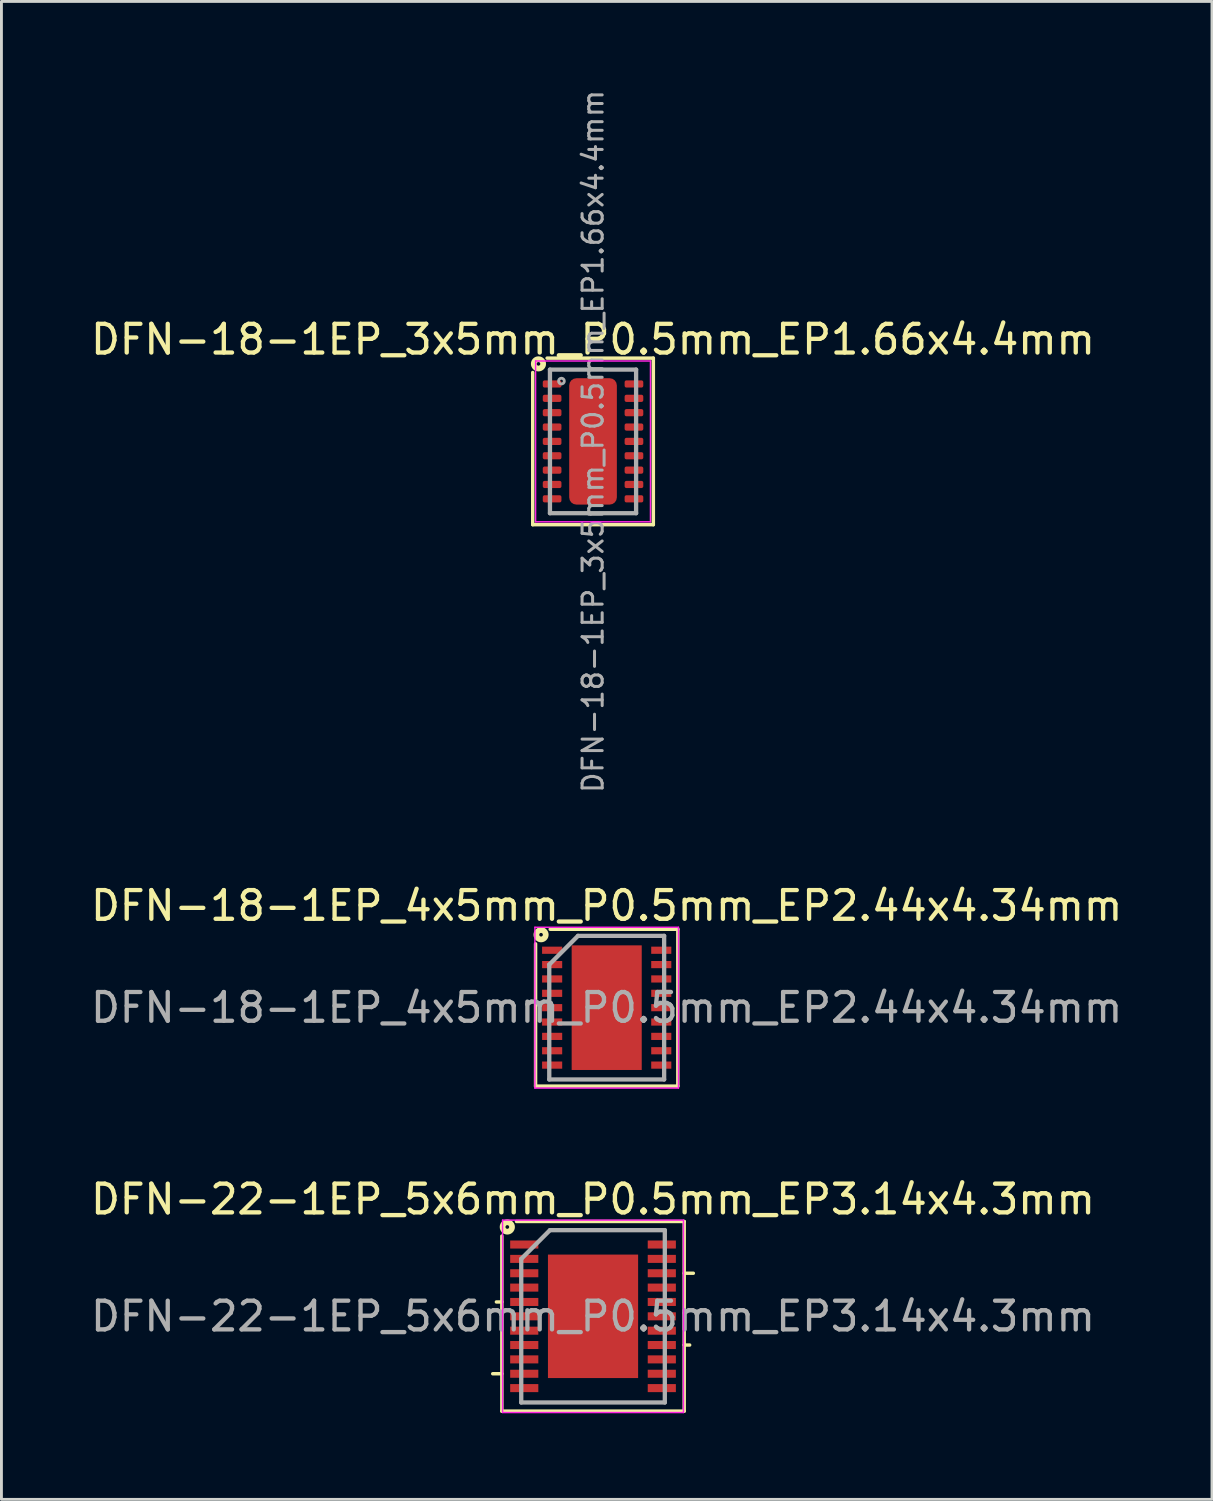
<source format=kicad_pcb>
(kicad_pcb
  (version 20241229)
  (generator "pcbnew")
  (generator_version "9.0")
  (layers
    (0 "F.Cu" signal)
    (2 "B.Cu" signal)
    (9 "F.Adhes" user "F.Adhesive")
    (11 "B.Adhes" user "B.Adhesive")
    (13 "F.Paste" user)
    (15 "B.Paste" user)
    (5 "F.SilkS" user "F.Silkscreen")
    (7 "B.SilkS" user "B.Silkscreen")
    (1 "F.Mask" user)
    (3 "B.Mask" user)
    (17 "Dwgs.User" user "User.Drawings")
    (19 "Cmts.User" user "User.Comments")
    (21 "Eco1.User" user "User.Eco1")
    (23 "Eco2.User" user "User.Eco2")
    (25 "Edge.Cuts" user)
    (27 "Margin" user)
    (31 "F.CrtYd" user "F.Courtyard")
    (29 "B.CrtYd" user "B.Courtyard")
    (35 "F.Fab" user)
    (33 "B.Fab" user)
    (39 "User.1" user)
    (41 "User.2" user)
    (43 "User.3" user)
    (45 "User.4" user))
  (footprint "DFN-18-1EP_4x5mm_P0.5mm_EP2.44x4.34mm"
    (layer "F.Cu")
    (at 18.077 32.04)
    (property "Reference" "DFN-18-1EP_4x5mm_P0.5mm_EP2.44x4.34mm" (at 0 -3.55 0) (layer "F.SilkS") (effects (font (size 1 1) (thickness 0.15))))
    (attr smd)
    (fp_line (start -2.477 2.731) (end -2.477 -2.223) (stroke (width 0.12) (type solid)) (layer "F.SilkS"))
    (fp_line (start -1.968 -2.731) (end 2.477 -2.731) (stroke (width 0.12) (type solid)) (layer "F.SilkS"))
    (fp_line (start 2.477 -2.731) (end 2.477 2.731) (stroke (width 0.12) (type solid)) (layer "F.SilkS"))
    (fp_line (start 2.477 2.731) (end -2.477 2.731) (stroke (width 0.12) (type solid)) (layer "F.SilkS"))
    (fp_circle (center -2.286 -2.54) (end -2.223 -2.54) (stroke (width 0.2) (type solid)) (fill no) (layer "F.SilkS"))
    (fp_line (start -2.5 -2.8) (end -2.5 2.8) (stroke (width 0.05) (type solid)) (layer "F.CrtYd"))
    (fp_line (start -2.5 -2.8) (end 2.5 -2.8) (stroke (width 0.05) (type solid)) (layer "F.CrtYd"))
    (fp_line (start -2.5 2.8) (end 2.5 2.8) (stroke (width 0.05) (type solid)) (layer "F.CrtYd"))
    (fp_line (start 2.5 -2.8) (end 2.5 2.8) (stroke (width 0.05) (type solid)) (layer "F.CrtYd"))
    (fp_line (start -2 -1.5) (end -1 -2.5) (stroke (width 0.15) (type solid)) (layer "F.Fab"))
    (fp_line (start -2 2.5) (end -2 -1.5) (stroke (width 0.15) (type solid)) (layer "F.Fab"))
    (fp_line (start -1 -2.5) (end 2 -2.5) (stroke (width 0.15) (type solid)) (layer "F.Fab"))
    (fp_line (start 2 -2.5) (end 2 2.5) (stroke (width 0.15) (type solid)) (layer "F.Fab"))
    (fp_line (start 2 2.5) (end -2 2.5) (stroke (width 0.15) (type solid)) (layer "F.Fab"))
    (fp_text user "${REFERENCE}" (at 0 0 0) (layer "F.Fab") (effects (font (size 1 1) (thickness 0.15))))
    (pad "" smd rect (at -0.61 -1.627) (size 1 0.86) (layers "F.Paste"))
    (pad "" smd rect (at -0.61 -0.542) (size 1 0.86) (layers "F.Paste"))
    (pad "" smd rect (at -0.61 0.542) (size 1 0.86) (layers "F.Paste"))
    (pad "" smd rect (at -0.61 1.627) (size 1 0.86) (layers "F.Paste"))
    (pad "" smd rect (at 0.61 -1.627) (size 1 0.86) (layers "F.Paste"))
    (pad "" smd rect (at 0.61 -0.542) (size 1 0.86) (layers "F.Paste"))
    (pad "" smd rect (at 0.61 0.542) (size 1 0.86) (layers "F.Paste"))
    (pad "" smd rect (at 0.61 1.627) (size 1 0.86) (layers "F.Paste"))
    (pad "1" smd rect (at -1.9 -2) (size 0.7 0.25) (layers "F.Cu" "F.Mask" "F.Paste"))
    (pad "2" smd rect (at -1.9 -1.5) (size 0.7 0.25) (layers "F.Cu" "F.Mask" "F.Paste"))
    (pad "3" smd rect (at -1.9 -1) (size 0.7 0.25) (layers "F.Cu" "F.Mask" "F.Paste"))
    (pad "4" smd rect (at -1.9 -0.5) (size 0.7 0.25) (layers "F.Cu" "F.Mask" "F.Paste"))
    (pad "5" smd rect (at -1.9 0) (size 0.7 0.25) (layers "F.Cu" "F.Mask" "F.Paste"))
    (pad "6" smd rect (at -1.9 0.5) (size 0.7 0.25) (layers "F.Cu" "F.Mask" "F.Paste"))
    (pad "7" smd rect (at -1.9 1) (size 0.7 0.25) (layers "F.Cu" "F.Mask" "F.Paste"))
    (pad "8" smd rect (at -1.9 1.5) (size 0.7 0.25) (layers "F.Cu" "F.Mask" "F.Paste"))
    (pad "9" smd rect (at -1.9 2) (size 0.7 0.25) (layers "F.Cu" "F.Mask" "F.Paste"))
    (pad "10" smd rect (at 1.9 2) (size 0.7 0.25) (layers "F.Cu" "F.Mask" "F.Paste"))
    (pad "11" smd rect (at 1.9 1.5) (size 0.7 0.25) (layers "F.Cu" "F.Mask" "F.Paste"))
    (pad "12" smd rect (at 1.9 1) (size 0.7 0.25) (layers "F.Cu" "F.Mask" "F.Paste"))
    (pad "13" smd rect (at 1.9 0.5) (size 0.7 0.25) (layers "F.Cu" "F.Mask" "F.Paste"))
    (pad "14" smd rect (at 1.9 0) (size 0.7 0.25) (layers "F.Cu" "F.Mask" "F.Paste"))
    (pad "15" smd rect (at 1.9 -0.5) (size 0.7 0.25) (layers "F.Cu" "F.Mask" "F.Paste"))
    (pad "16" smd rect (at 1.9 -1) (size 0.7 0.25) (layers "F.Cu" "F.Mask" "F.Paste"))
    (pad "17" smd rect (at 1.9 -1.5) (size 0.7 0.25) (layers "F.Cu" "F.Mask" "F.Paste"))
    (pad "18" smd rect (at 1.9 -2) (size 0.7 0.25) (layers "F.Cu" "F.Mask" "F.Paste"))
    (pad "19" smd rect (at 0 0) (size 2.44 4.34) (layers "F.Cu" "F.Mask")))
  (footprint "DFN-18-1EP_3x5mm_P0.5mm_EP1.66x4.4mm"
    (layer "F.Cu")
    (at 17.601 12.321)
    (property "Reference" "DFN-18-1EP_3x5mm_P0.5mm_EP1.66x4.4mm" (at 0 -3.55 0) (layer "F.SilkS") (effects (font (size 1 1) (thickness 0.15))))
    (attr smd)
    (fp_line (start -2.1 2.9) (end -2.1 -2.4) (stroke (width 0.12) (type solid)) (layer "F.SilkS"))
    (fp_line (start -1.6 -2.9) (end 2.1 -2.9) (stroke (width 0.12) (type solid)) (layer "F.SilkS"))
    (fp_line (start 2.1 -2.9) (end 2.1 2.9) (stroke (width 0.12) (type solid)) (layer "F.SilkS"))
    (fp_line (start 2.1 2.9) (end -2.1 2.9) (stroke (width 0.12) (type solid)) (layer "F.SilkS"))
    (fp_circle (center -1.9 -2.7) (end -1.837 -2.7) (stroke (width 0.2) (type solid)) (fill no) (layer "F.SilkS"))
    (fp_line (start -2 -2.8) (end -2 2.8) (stroke (width 0.05) (type solid)) (layer "F.CrtYd"))
    (fp_line (start -2 -2.8) (end 2 -2.8) (stroke (width 0.05) (type solid)) (layer "F.CrtYd"))
    (fp_line (start -2 2.8) (end 2 2.8) (stroke (width 0.05) (type solid)) (layer "F.CrtYd"))
    (fp_line (start 2 -2.8) (end 2 2.8) (stroke (width 0.05) (type solid)) (layer "F.CrtYd"))
    (fp_line (start -1.5 -2.5) (end 1.5 -2.5) (stroke (width 0.15) (type solid)) (layer "F.Fab"))
    (fp_line (start -1.5 2.5) (end -1.5 -2.5) (stroke (width 0.15) (type solid)) (layer "F.Fab"))
    (fp_line (start 1.5 -2.5) (end 1.5 2.5) (stroke (width 0.15) (type solid)) (layer "F.Fab"))
    (fp_line (start 1.5 2.5) (end -1.5 2.5) (stroke (width 0.15) (type solid)) (layer "F.Fab"))
    (fp_circle (center -1.1 -2.1) (end -1 -2.1) (stroke (width 0.1) (type solid)) (fill no) (layer "F.Fab"))
    (fp_text user "${REFERENCE}" (at 0 0 90) (layer "F.Fab") (effects (font (size 0.7 0.7) (thickness 0.105))))
    (pad "" smd roundrect (at -0.415 -1.76) (size 0.67 0.71) (layers "F.Paste") (roundrect_rratio 0.25))
    (pad "" smd roundrect (at -0.415 -0.88) (size 0.67 0.71) (layers "F.Paste") (roundrect_rratio 0.25))
    (pad "" smd roundrect (at -0.415 0) (size 0.67 0.71) (layers "F.Paste") (roundrect_rratio 0.25))
    (pad "" smd roundrect (at -0.415 0.88) (size 0.67 0.71) (layers "F.Paste") (roundrect_rratio 0.25))
    (pad "" smd roundrect (at -0.415 1.76) (size 0.67 0.71) (layers "F.Paste") (roundrect_rratio 0.25))
    (pad "" smd roundrect (at 0.415 -1.76) (size 0.67 0.71) (layers "F.Paste") (roundrect_rratio 0.25))
    (pad "" smd roundrect (at 0.415 -0.88) (size 0.67 0.71) (layers "F.Paste") (roundrect_rratio 0.25))
    (pad "" smd roundrect (at 0.415 0) (size 0.67 0.71) (layers "F.Paste") (roundrect_rratio 0.25))
    (pad "" smd roundrect (at 0.415 0.88) (size 0.67 0.71) (layers "F.Paste") (roundrect_rratio 0.25))
    (pad "" smd roundrect (at 0.415 1.76) (size 0.67 0.71) (layers "F.Paste") (roundrect_rratio 0.25))
    (pad "1" smd roundrect (at -1.425 -2) (size 0.65 0.25) (layers "F.Cu" "F.Mask" "F.Paste") (roundrect_rratio 0.25))
    (pad "2" smd roundrect (at -1.425 -1.5) (size 0.65 0.25) (layers "F.Cu" "F.Mask" "F.Paste") (roundrect_rratio 0.25))
    (pad "3" smd roundrect (at -1.425 -1) (size 0.65 0.25) (layers "F.Cu" "F.Mask" "F.Paste") (roundrect_rratio 0.25))
    (pad "4" smd roundrect (at -1.425 -0.5) (size 0.65 0.25) (layers "F.Cu" "F.Mask" "F.Paste") (roundrect_rratio 0.25))
    (pad "5" smd roundrect (at -1.425 0) (size 0.65 0.25) (layers "F.Cu" "F.Mask" "F.Paste") (roundrect_rratio 0.25))
    (pad "6" smd roundrect (at -1.425 0.5) (size 0.65 0.25) (layers "F.Cu" "F.Mask" "F.Paste") (roundrect_rratio 0.25))
    (pad "7" smd roundrect (at -1.425 1) (size 0.65 0.25) (layers "F.Cu" "F.Mask" "F.Paste") (roundrect_rratio 0.25))
    (pad "8" smd roundrect (at -1.425 1.5) (size 0.65 0.25) (layers "F.Cu" "F.Mask" "F.Paste") (roundrect_rratio 0.25))
    (pad "9" smd roundrect (at -1.425 2) (size 0.65 0.25) (layers "F.Cu" "F.Mask" "F.Paste") (roundrect_rratio 0.25))
    (pad "10" smd roundrect (at 1.425 2) (size 0.65 0.25) (layers "F.Cu" "F.Mask" "F.Paste") (roundrect_rratio 0.25))
    (pad "11" smd roundrect (at 1.425 1.5) (size 0.65 0.25) (layers "F.Cu" "F.Mask" "F.Paste") (roundrect_rratio 0.25))
    (pad "12" smd roundrect (at 1.425 1) (size 0.65 0.25) (layers "F.Cu" "F.Mask" "F.Paste") (roundrect_rratio 0.25))
    (pad "13" smd roundrect (at 1.425 0.5) (size 0.65 0.25) (layers "F.Cu" "F.Mask" "F.Paste") (roundrect_rratio 0.25))
    (pad "14" smd roundrect (at 1.425 0) (size 0.65 0.25) (layers "F.Cu" "F.Mask" "F.Paste") (roundrect_rratio 0.25))
    (pad "15" smd roundrect (at 1.425 -0.5) (size 0.65 0.25) (layers "F.Cu" "F.Mask" "F.Paste") (roundrect_rratio 0.25))
    (pad "16" smd roundrect (at 1.425 -1) (size 0.65 0.25) (layers "F.Cu" "F.Mask" "F.Paste") (roundrect_rratio 0.25))
    (pad "17" smd roundrect (at 1.425 -1.5) (size 0.65 0.25) (layers "F.Cu" "F.Mask" "F.Paste") (roundrect_rratio 0.25))
    (pad "18" smd roundrect (at 1.425 -2) (size 0.65 0.25) (layers "F.Cu" "F.Mask" "F.Paste") (roundrect_rratio 0.25))
    (pad "19" smd roundrect (at 0 0) (size 1.66 4.4) (layers "F.Cu" "F.Mask") (roundrect_rratio 0.151)))
  (footprint "DFN-22-1EP_5x6mm_P0.5mm_EP3.14x4.3mm"
    (layer "F.Cu")
    (at 17.601 42.788)
    (property "Reference" "DFN-22-1EP_5x6mm_P0.5mm_EP3.14x4.3mm" (at 0 -4.075 0) (layer "F.SilkS") (effects (font (size 1 1) (thickness 0.15))))
    (attr smd)
    (fp_line (start -3.175 -0.5) (end -3.365 -0.5) (stroke (width 0.12) (type solid)) (layer "F.SilkS"))
    (fp_line (start -3.175 2) (end -3.493 2) (stroke (width 0.12) (type solid)) (layer "F.SilkS"))
    (fp_line (start -3.175 3.302) (end -3.175 -2.794) (stroke (width 0.12) (type solid)) (layer "F.SilkS"))
    (fp_line (start -2.667 -3.302) (end 3.175 -3.302) (stroke (width 0.12) (type solid)) (layer "F.SilkS"))
    (fp_line (start 3.175 -3.302) (end 3.175 3.302) (stroke (width 0.12) (type solid)) (layer "F.SilkS"))
    (fp_line (start 3.175 -1.5) (end 3.493 -1.5) (stroke (width 0.12) (type solid)) (layer "F.SilkS"))
    (fp_line (start 3.175 1) (end 3.365 1) (stroke (width 0.12) (type solid)) (layer "F.SilkS"))
    (fp_line (start 3.175 3.302) (end -3.175 3.302) (stroke (width 0.12) (type solid)) (layer "F.SilkS"))
    (fp_circle (center -2.985 -3.111) (end -2.921 -3.111) (stroke (width 0.2) (type solid)) (fill no) (layer "F.SilkS"))
    (fp_line (start -3.15 -3.35) (end -3.15 3.35) (stroke (width 0.05) (type solid)) (layer "F.CrtYd"))
    (fp_line (start -3.15 -3.35) (end 3.15 -3.35) (stroke (width 0.05) (type solid)) (layer "F.CrtYd"))
    (fp_line (start -3.15 3.35) (end 3.15 3.35) (stroke (width 0.05) (type solid)) (layer "F.CrtYd"))
    (fp_line (start 3.15 -3.35) (end 3.15 3.35) (stroke (width 0.05) (type solid)) (layer "F.CrtYd"))
    (fp_line (start -2.5 -2) (end -1.5 -3) (stroke (width 0.15) (type solid)) (layer "F.Fab"))
    (fp_line (start -2.5 3) (end -2.5 -2) (stroke (width 0.15) (type solid)) (layer "F.Fab"))
    (fp_line (start -1.5 -3) (end 2.5 -3) (stroke (width 0.15) (type solid)) (layer "F.Fab"))
    (fp_line (start 2.5 -3) (end 2.5 3) (stroke (width 0.15) (type solid)) (layer "F.Fab"))
    (fp_line (start 2.5 3) (end -2.5 3) (stroke (width 0.15) (type solid)) (layer "F.Fab"))
    (fp_text user "${REFERENCE}" (at 0 0 0) (layer "F.Fab") (effects (font (size 1 1) (thickness 0.15))))
    (pad "" smd rect (at -1.05 -1.613) (size 0.855 0.855) (layers "F.Paste"))
    (pad "" smd rect (at -1.05 -0.537) (size 0.855 0.855) (layers "F.Paste"))
    (pad "" smd rect (at -1.05 0.537) (size 0.855 0.855) (layers "F.Paste"))
    (pad "" smd rect (at -1.05 1.613) (size 0.855 0.855) (layers "F.Paste"))
    (pad "" smd rect (at 0 -1.613) (size 0.855 0.855) (layers "F.Paste"))
    (pad "" smd rect (at 0 -0.537) (size 0.855 0.855) (layers "F.Paste"))
    (pad "" smd rect (at 0 0.537) (size 0.855 0.855) (layers "F.Paste"))
    (pad "" smd rect (at 0 1.613) (size 0.855 0.855) (layers "F.Paste"))
    (pad "" smd rect (at 1.05 -1.613) (size 0.855 0.855) (layers "F.Paste"))
    (pad "" smd rect (at 1.05 -0.537) (size 0.855 0.855) (layers "F.Paste"))
    (pad "" smd rect (at 1.05 0.537) (size 0.855 0.855) (layers "F.Paste"))
    (pad "" smd rect (at 1.05 1.613) (size 0.855 0.855) (layers "F.Paste"))
    (pad "1" smd rect (at -2.395 -2.5) (size 0.98 0.28) (layers "F.Cu" "F.Mask" "F.Paste"))
    (pad "2" smd rect (at -2.395 -2) (size 0.98 0.28) (layers "F.Cu" "F.Mask" "F.Paste"))
    (pad "3" smd rect (at -2.395 -1.5) (size 0.98 0.28) (layers "F.Cu" "F.Mask" "F.Paste"))
    (pad "4" smd rect (at -2.395 -1) (size 0.98 0.28) (layers "F.Cu" "F.Mask" "F.Paste"))
    (pad "5" smd rect (at -2.395 -0.5) (size 0.98 0.28) (layers "F.Cu" "F.Mask" "F.Paste"))
    (pad "6" smd rect (at -2.395 0) (size 0.98 0.28) (layers "F.Cu" "F.Mask" "F.Paste"))
    (pad "7" smd rect (at -2.395 0.5) (size 0.98 0.28) (layers "F.Cu" "F.Mask" "F.Paste"))
    (pad "8" smd rect (at -2.395 1) (size 0.98 0.28) (layers "F.Cu" "F.Mask" "F.Paste"))
    (pad "9" smd rect (at -2.395 1.5) (size 0.98 0.28) (layers "F.Cu" "F.Mask" "F.Paste"))
    (pad "10" smd rect (at -2.395 2) (size 0.98 0.28) (layers "F.Cu" "F.Mask" "F.Paste"))
    (pad "11" smd rect (at -2.395 2.5) (size 0.98 0.28) (layers "F.Cu" "F.Mask" "F.Paste"))
    (pad "12" smd rect (at 2.395 2.5) (size 0.98 0.28) (layers "F.Cu" "F.Mask" "F.Paste"))
    (pad "13" smd rect (at 2.395 2) (size 0.98 0.28) (layers "F.Cu" "F.Mask" "F.Paste"))
    (pad "14" smd rect (at 2.395 1.5) (size 0.98 0.28) (layers "F.Cu" "F.Mask" "F.Paste"))
    (pad "15" smd rect (at 2.395 1) (size 0.98 0.28) (layers "F.Cu" "F.Mask" "F.Paste"))
    (pad "16" smd rect (at 2.395 0.5) (size 0.98 0.28) (layers "F.Cu" "F.Mask" "F.Paste"))
    (pad "17" smd rect (at 2.395 0) (size 0.98 0.28) (layers "F.Cu" "F.Mask" "F.Paste"))
    (pad "18" smd rect (at 2.395 -0.5) (size 0.98 0.28) (layers "F.Cu" "F.Mask" "F.Paste"))
    (pad "19" smd rect (at 2.395 -1) (size 0.98 0.28) (layers "F.Cu" "F.Mask" "F.Paste"))
    (pad "20" smd rect (at 2.395 -1.5) (size 0.98 0.28) (layers "F.Cu" "F.Mask" "F.Paste"))
    (pad "21" smd rect (at 2.395 -2) (size 0.98 0.28) (layers "F.Cu" "F.Mask" "F.Paste"))
    (pad "22" smd rect (at 2.395 -2.5) (size 0.98 0.28) (layers "F.Cu" "F.Mask" "F.Paste"))
    (pad "23" smd rect (at 0 0) (size 3.14 4.3) (layers "F.Cu" "F.Mask")))
  (gr_rect
    (start -3 -3)
    (end 39.155 49.163)
    (stroke (width 0.1) (type default))
    (fill no)
    (layer "Edge.Cuts")))
</source>
